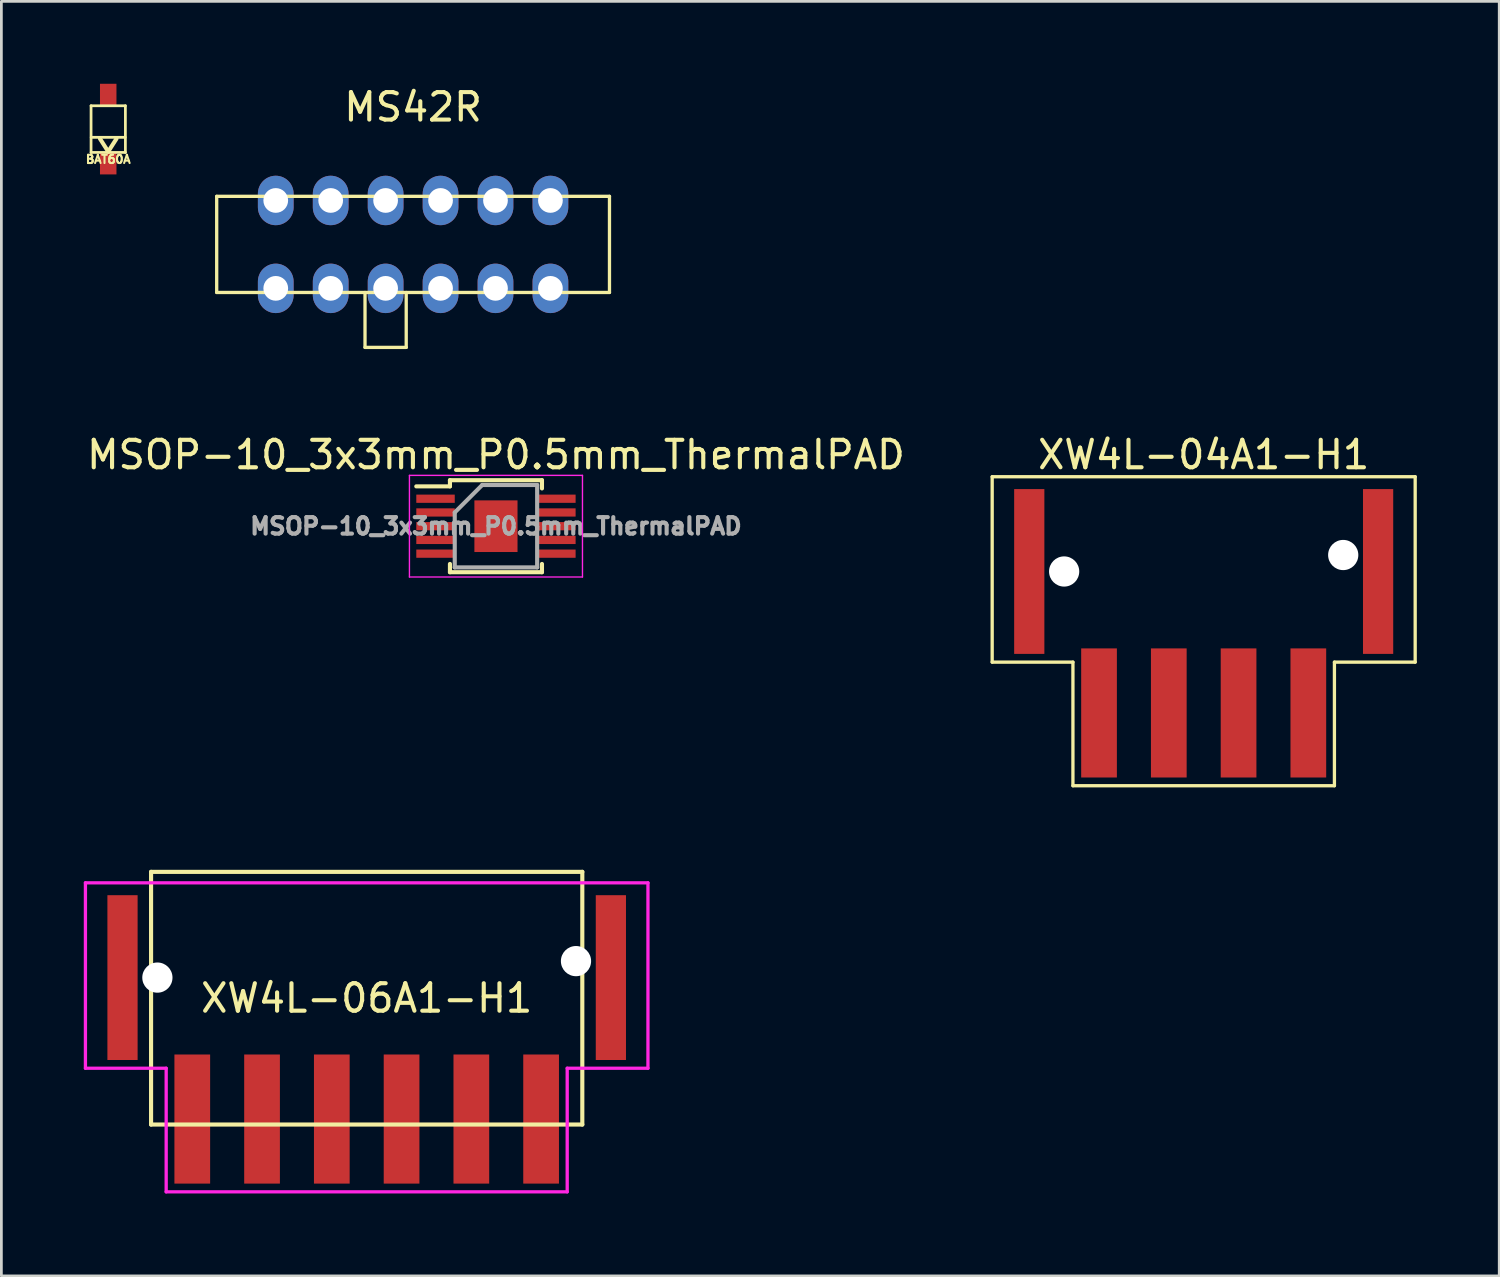
<source format=kicad_pcb>
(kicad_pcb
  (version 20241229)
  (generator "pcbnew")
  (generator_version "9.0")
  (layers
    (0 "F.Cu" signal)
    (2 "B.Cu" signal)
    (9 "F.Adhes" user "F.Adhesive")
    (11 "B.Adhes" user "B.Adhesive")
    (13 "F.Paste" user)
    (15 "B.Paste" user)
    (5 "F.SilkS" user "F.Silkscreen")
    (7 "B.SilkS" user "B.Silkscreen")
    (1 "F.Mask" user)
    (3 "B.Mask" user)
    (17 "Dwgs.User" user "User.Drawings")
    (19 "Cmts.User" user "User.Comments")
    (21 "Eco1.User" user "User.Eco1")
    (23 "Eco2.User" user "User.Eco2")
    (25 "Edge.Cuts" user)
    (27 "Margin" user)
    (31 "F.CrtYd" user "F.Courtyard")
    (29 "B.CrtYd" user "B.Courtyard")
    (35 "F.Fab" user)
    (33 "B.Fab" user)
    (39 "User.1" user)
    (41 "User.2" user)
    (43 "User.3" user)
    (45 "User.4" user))
  (footprint "XW4L-04A1-H1"
    (layer "F.Cu")
    (at 40.772 18.506)
    (property "Reference" "XW4L-04A1-H1" (at 0 -5 0) (layer "F.SilkS") (effects (font (size 1 1) (thickness 0.15))))
    (attr through_hole)
    (fp_line (start -7.7 -4.2) (end 7.7 -4.2) (stroke (width 0.12) (type solid)) (layer "F.SilkS"))
    (fp_line (start -7.7 2.55) (end -7.7 -4.2) (stroke (width 0.12) (type solid)) (layer "F.SilkS"))
    (fp_line (start -4.76 2.55) (end -7.7 2.55) (stroke (width 0.12) (type solid)) (layer "F.SilkS"))
    (fp_line (start -4.76 7.05) (end -4.76 2.55) (stroke (width 0.12) (type solid)) (layer "F.SilkS"))
    (fp_line (start 4.76 2.55) (end 4.76 7.05) (stroke (width 0.12) (type solid)) (layer "F.SilkS"))
    (fp_line (start 4.76 7.05) (end -4.76 7.05) (stroke (width 0.12) (type solid)) (layer "F.SilkS"))
    (fp_line (start 7.7 -4.2) (end 7.7 2.55) (stroke (width 0.12) (type solid)) (layer "F.SilkS"))
    (fp_line (start 7.7 2.55) (end 4.76 2.55) (stroke (width 0.12) (type solid)) (layer "F.SilkS"))
    (pad "" smd rect (at -6.35 -0.75) (size 1.1 6) (layers "F.Cu" "F.Mask" "F.Paste"))
    (pad "" np_thru_hole circle (at -5.08 -0.75) (size 1.1 1.1) (drill 1.1) (layers "*.Cu" "*.Mask"))
    (pad "" np_thru_hole circle (at 5.08 -1.35) (size 1.1 1.1) (drill 1.1) (layers "*.Cu" "*.Mask"))
    (pad "" smd rect (at 6.35 -0.75) (size 1.1 6) (layers "F.Cu" "F.Mask" "F.Paste"))
    (pad "1" smd rect (at 3.81 4.4) (size 1.3 4.7) (layers "F.Cu" "F.Mask" "F.Paste"))
    (pad "2" smd rect (at 1.27 4.4) (size 1.3 4.7) (layers "F.Cu" "F.Mask" "F.Paste"))
    (pad "3" smd rect (at -1.27 4.4) (size 1.3 4.7) (layers "F.Cu" "F.Mask" "F.Paste"))
    (pad "4" smd rect (at -3.81 4.4) (size 1.3 4.7) (layers "F.Cu" "F.Mask" "F.Paste")))
  (footprint "MSOP-10_3x3mm_P0.5mm_ThermalPAD"
    (layer "F.Cu")
    (at 15.006 16.107)
    (property "Reference" "MSOP-10_3x3mm_P0.5mm_ThermalPAD" (at 0 -2.6 0) (layer "F.SilkS") (effects (font (size 1 1) (thickness 0.15))))
    (attr smd)
    (fp_line (start -1.675 -1.675) (end -1.675 -1.45) (stroke (width 0.15) (type solid)) (layer "F.SilkS"))
    (fp_line (start -1.675 -1.675) (end 1.675 -1.675) (stroke (width 0.15) (type solid)) (layer "F.SilkS"))
    (fp_line (start -1.675 -1.45) (end -2.9 -1.45) (stroke (width 0.15) (type solid)) (layer "F.SilkS"))
    (fp_line (start -1.675 1.675) (end -1.675 1.375) (stroke (width 0.15) (type solid)) (layer "F.SilkS"))
    (fp_line (start -1.675 1.675) (end 1.675 1.675) (stroke (width 0.15) (type solid)) (layer "F.SilkS"))
    (fp_line (start 1.675 -1.675) (end 1.675 -1.375) (stroke (width 0.15) (type solid)) (layer "F.SilkS"))
    (fp_line (start 1.675 1.675) (end 1.675 1.375) (stroke (width 0.15) (type solid)) (layer "F.SilkS"))
    (fp_line (start -3.15 -1.85) (end -3.15 1.85) (stroke (width 0.05) (type solid)) (layer "F.CrtYd"))
    (fp_line (start -3.15 -1.85) (end 3.15 -1.85) (stroke (width 0.05) (type solid)) (layer "F.CrtYd"))
    (fp_line (start -3.15 1.85) (end 3.15 1.85) (stroke (width 0.05) (type solid)) (layer "F.CrtYd"))
    (fp_line (start 3.15 -1.85) (end 3.15 1.85) (stroke (width 0.05) (type solid)) (layer "F.CrtYd"))
    (fp_line (start -1.5 -0.5) (end -0.5 -1.5) (stroke (width 0.15) (type solid)) (layer "F.Fab"))
    (fp_line (start -1.5 1.5) (end -1.5 -0.5) (stroke (width 0.15) (type solid)) (layer "F.Fab"))
    (fp_line (start -0.5 -1.5) (end 1.5 -1.5) (stroke (width 0.15) (type solid)) (layer "F.Fab"))
    (fp_line (start 1.5 -1.5) (end 1.5 1.5) (stroke (width 0.15) (type solid)) (layer "F.Fab"))
    (fp_line (start 1.5 1.5) (end -1.5 1.5) (stroke (width 0.15) (type solid)) (layer "F.Fab"))
    (fp_text user "${REFERENCE}" (at 0 0 0) (layer "F.Fab") (effects (font (size 0.6 0.6) (thickness 0.15))))
    (pad "1" smd rect (at -2.2 -1) (size 1.4 0.3) (layers "F.Cu" "F.Mask" "F.Paste"))
    (pad "2" smd rect (at -2.2 -0.5) (size 1.4 0.3) (layers "F.Cu" "F.Mask" "F.Paste"))
    (pad "3" smd rect (at -2.2 0) (size 1.4 0.3) (layers "F.Cu" "F.Mask" "F.Paste"))
    (pad "4" smd rect (at -2.2 0.5) (size 1.4 0.3) (layers "F.Cu" "F.Mask" "F.Paste"))
    (pad "5" smd rect (at -2.2 1) (size 1.4 0.3) (layers "F.Cu" "F.Mask" "F.Paste"))
    (pad "6" smd rect (at 2.2 1) (size 1.4 0.3) (layers "F.Cu" "F.Mask" "F.Paste"))
    (pad "7" smd rect (at 2.2 0.5) (size 1.4 0.3) (layers "F.Cu" "F.Mask" "F.Paste"))
    (pad "8" smd rect (at 2.2 0) (size 1.4 0.3) (layers "F.Cu" "F.Mask" "F.Paste"))
    (pad "9" smd rect (at 2.2 -0.5) (size 1.4 0.3) (layers "F.Cu" "F.Mask" "F.Paste"))
    (pad "10" smd rect (at 0 0) (size 1.57 1.88) (layers "F.Cu" "F.Mask" "F.Paste"))
    (pad "10" smd rect (at 2.2 -1) (size 1.4 0.3) (layers "F.Cu" "F.Mask" "F.Paste")))
  (footprint "MS42R"
    (layer "F.Cu")
    (at 11.989 5.848)
    (property "Reference" "MS42R" (at 0 -5 0) (layer "F.SilkS") (effects (font (size 1 1) (thickness 0.15))))
    (attr through_hole)
    (fp_line (start -7.15 -1.75) (end 7.15 -1.75) (stroke (width 0.12) (type solid)) (layer "F.SilkS"))
    (fp_line (start -7.15 1.75) (end -7.15 -1.75) (stroke (width 0.12) (type solid)) (layer "F.SilkS"))
    (fp_line (start -1.75 3.75) (end -1.75 1.75) (stroke (width 0.12) (type solid)) (layer "F.SilkS"))
    (fp_line (start -0.25 1.75) (end -0.25 3.75) (stroke (width 0.12) (type solid)) (layer "F.SilkS"))
    (fp_line (start -0.25 3.75) (end -1.75 3.75) (stroke (width 0.12) (type solid)) (layer "F.SilkS"))
    (fp_line (start 7.15 -1.75) (end 7.15 1.75) (stroke (width 0.12) (type solid)) (layer "F.SilkS"))
    (fp_line (start 7.15 1.75) (end -7.15 1.75) (stroke (width 0.12) (type solid)) (layer "F.SilkS"))
    (pad "1" thru_hole oval (at -5 1.6) (size 1.3 1.8) (drill 0.9) (layers "*.Cu" "*.Mask"))
    (pad "2" thru_hole oval (at -3 1.6) (size 1.3 1.8) (drill 0.9) (layers "*.Cu" "*.Mask"))
    (pad "3" thru_hole oval (at -1 1.6) (size 1.3 1.8) (drill 0.9) (layers "*.Cu" "*.Mask"))
    (pad "4" thru_hole oval (at 1 1.6) (size 1.3 1.8) (drill 0.9) (layers "*.Cu" "*.Mask"))
    (pad "5" thru_hole oval (at 3 1.6) (size 1.3 1.8) (drill 0.9) (layers "*.Cu" "*.Mask"))
    (pad "6" thru_hole oval (at 5 1.6) (size 1.3 1.8) (drill 0.9) (layers "*.Cu" "*.Mask"))
    (pad "7" thru_hole oval (at -5 -1.6) (size 1.3 1.8) (drill 0.9) (layers "*.Cu" "*.Mask"))
    (pad "8" thru_hole oval (at -3 -1.6) (size 1.3 1.8) (drill 0.9) (layers "*.Cu" "*.Mask"))
    (pad "9" thru_hole oval (at -1 -1.6) (size 1.3 1.8) (drill 0.9) (layers "*.Cu" "*.Mask"))
    (pad "10" thru_hole oval (at 1 -1.6) (size 1.3 1.8) (drill 0.9) (layers "*.Cu" "*.Mask"))
    (pad "11" thru_hole oval (at 3 -1.6) (size 1.3 1.8) (drill 0.9) (layers "*.Cu" "*.Mask"))
    (pad "12" thru_hole oval (at 5 -1.6) (size 1.3 1.8) (drill 0.9) (layers "*.Cu" "*.Mask")))
  (footprint "BAT60A"
    (layer "F.Cu")
    (at 0.89 1.65)
    (property "Reference" "BAT60A" (at 0 1.1 0) (layer "F.SilkS") (effects (font (size 0.3 0.3) (thickness 0.075))))
    (attr through_hole)
    (fp_line (start -0.625 -0.85) (end -0.625 0.85) (stroke (width 0.1) (type solid)) (layer "F.SilkS"))
    (fp_line (start -0.625 -0.85) (end 0.625 -0.85) (stroke (width 0.1) (type solid)) (layer "F.SilkS"))
    (fp_line (start -0.625 0.85) (end 0.625 0.85) (stroke (width 0.1) (type solid)) (layer "F.SilkS"))
    (fp_line (start -0.62 0.3) (end 0.62 0.3) (stroke (width 0.1) (type solid)) (layer "F.SilkS"))
    (fp_line (start 0 0.82) (end -0.3 0.35) (stroke (width 0.15) (type solid)) (layer "F.SilkS"))
    (fp_line (start 0 0.82) (end 0.3 0.35) (stroke (width 0.15) (type solid)) (layer "F.SilkS"))
    (fp_line (start 0.625 0.85) (end 0.625 -0.85) (stroke (width 0.1) (type solid)) (layer "F.SilkS"))
    (pad "1" smd rect (at 0 1.25) (size 0.6 0.8) (layers "F.Cu" "F.Mask" "F.Paste"))
    (pad "2" smd rect (at 0 -1.25) (size 0.6 0.8) (layers "F.Cu" "F.Mask" "F.Paste")))
  (footprint "XW4L-06A1-H1"
    (layer "F.Cu")
    (at 10.3 33.291)
    (property "Reference" "XW4L-06A1-H1" (at 0 0 0) (layer "F.SilkS") (effects (font (size 1 1) (thickness 0.15))))
    (attr through_hole)
    (fp_line (start -7.85 -4.6) (end 7.85 -4.6) (stroke (width 0.15) (type solid)) (layer "F.SilkS"))
    (fp_line (start -7.85 4.6) (end -7.85 -4.6) (stroke (width 0.15) (type solid)) (layer "F.SilkS"))
    (fp_line (start 7.85 -4.6) (end 7.85 4.6) (stroke (width 0.15) (type solid)) (layer "F.SilkS"))
    (fp_line (start 7.85 4.6) (end -7.85 4.6) (stroke (width 0.15) (type solid)) (layer "F.SilkS"))
    (fp_line (start -10.24 -4.2) (end 10.24 -4.2) (stroke (width 0.12) (type solid)) (layer "F.CrtYd"))
    (fp_line (start -10.24 2.55) (end -10.24 -4.2) (stroke (width 0.12) (type solid)) (layer "F.CrtYd"))
    (fp_line (start -7.3 2.55) (end -10.24 2.55) (stroke (width 0.12) (type solid)) (layer "F.CrtYd"))
    (fp_line (start -7.3 7.05) (end -7.3 2.55) (stroke (width 0.12) (type solid)) (layer "F.CrtYd"))
    (fp_line (start 7.3 2.55) (end 7.3 7.05) (stroke (width 0.12) (type solid)) (layer "F.CrtYd"))
    (fp_line (start 7.3 7.05) (end -7.3 7.05) (stroke (width 0.12) (type solid)) (layer "F.CrtYd"))
    (fp_line (start 10.24 -4.2) (end 10.24 2.55) (stroke (width 0.12) (type solid)) (layer "F.CrtYd"))
    (fp_line (start 10.24 2.55) (end 7.3 2.55) (stroke (width 0.12) (type solid)) (layer "F.CrtYd"))
    (pad "" smd rect (at -8.89 -0.75) (size 1.1 6) (layers "F.Cu" "F.Mask" "F.Paste"))
    (pad "" np_thru_hole circle (at -7.62 -0.75) (size 1.1 1.1) (drill 1.1) (layers "*.Cu" "*.Mask"))
    (pad "" np_thru_hole circle (at 7.62 -1.35) (size 1.1 1.1) (drill 1.1) (layers "*.Cu" "*.Mask"))
    (pad "" smd rect (at 8.89 -0.75) (size 1.1 6) (layers "F.Cu" "F.Mask" "F.Paste"))
    (pad "1" smd rect (at 6.35 4.4) (size 1.3 4.7) (layers "F.Cu" "F.Mask" "F.Paste"))
    (pad "2" smd rect (at 3.81 4.4) (size 1.3 4.7) (layers "F.Cu" "F.Mask" "F.Paste"))
    (pad "3" smd rect (at 1.27 4.4) (size 1.3 4.7) (layers "F.Cu" "F.Mask" "F.Paste"))
    (pad "4" smd rect (at -1.27 4.4) (size 1.3 4.7) (layers "F.Cu" "F.Mask" "F.Paste"))
    (pad "5" smd rect (at -3.81 4.4) (size 1.3 4.7) (layers "F.Cu" "F.Mask" "F.Paste"))
    (pad "6" smd rect (at -6.35 4.4) (size 1.3 4.7) (layers "F.Cu" "F.Mask" "F.Paste")))
  (gr_rect
    (start -3 -3)
    (end 51.532 43.401)
    (stroke (width 0.1) (type default))
    (fill no)
    (layer "Edge.Cuts")))
</source>
